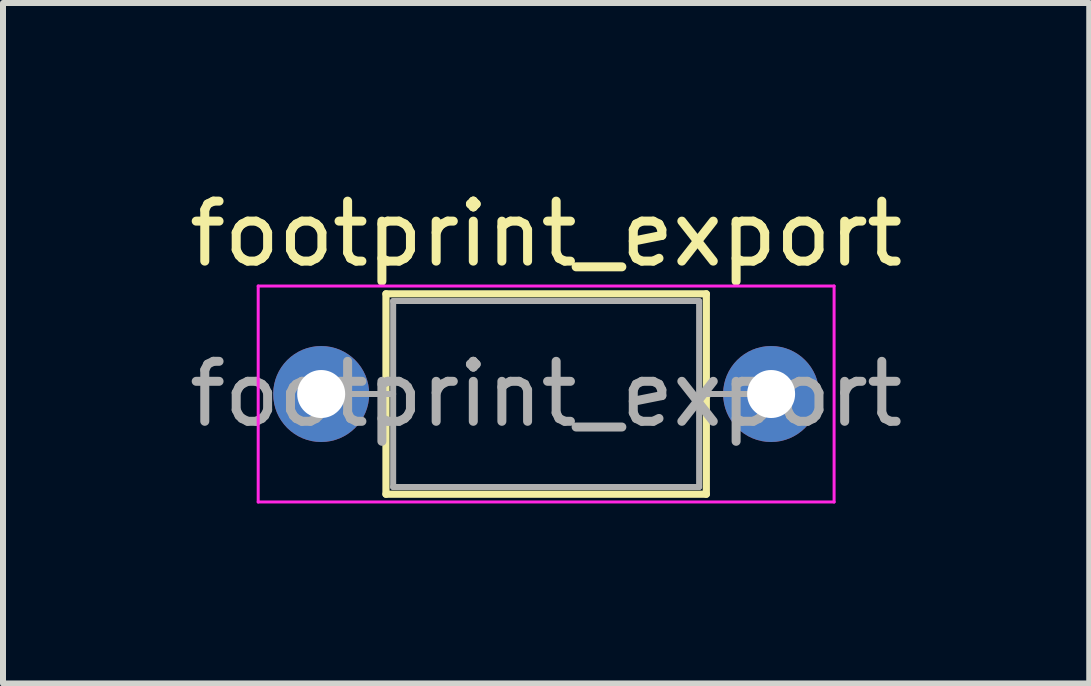
<source format=kicad_pcb>
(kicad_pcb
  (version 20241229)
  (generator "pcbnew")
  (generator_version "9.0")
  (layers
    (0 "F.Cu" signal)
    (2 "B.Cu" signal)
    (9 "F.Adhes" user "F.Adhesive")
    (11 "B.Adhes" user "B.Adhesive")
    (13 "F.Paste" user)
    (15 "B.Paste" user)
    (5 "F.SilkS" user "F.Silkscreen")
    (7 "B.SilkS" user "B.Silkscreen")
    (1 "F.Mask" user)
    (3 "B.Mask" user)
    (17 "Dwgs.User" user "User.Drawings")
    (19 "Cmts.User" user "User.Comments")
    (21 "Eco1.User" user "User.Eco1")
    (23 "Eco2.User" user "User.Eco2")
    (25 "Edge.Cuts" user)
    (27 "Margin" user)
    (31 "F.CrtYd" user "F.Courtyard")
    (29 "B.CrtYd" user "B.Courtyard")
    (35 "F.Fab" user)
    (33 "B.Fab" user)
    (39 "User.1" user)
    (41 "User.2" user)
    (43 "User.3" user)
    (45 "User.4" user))
  (footprint "footprint_export"
    (layer "F.Cu")
    (at 2.304 3.518)
    (property "Reference" "footprint_export" (at 3.75 -2.67 0) (layer "F.SilkS") (effects (font (size 1 1) (thickness 0.15))))
    (attr through_hole)
    (fp_line (start 1.04 0) (end 1.08 0) (stroke (width 0.12) (type solid)) (layer "F.SilkS"))
    (fp_line (start 1.08 -1.67) (end 1.08 1.67) (stroke (width 0.12) (type solid)) (layer "F.SilkS"))
    (fp_line (start 1.08 1.67) (end 6.42 1.67) (stroke (width 0.12) (type solid)) (layer "F.SilkS"))
    (fp_line (start 6.42 -1.67) (end 1.08 -1.67) (stroke (width 0.12) (type solid)) (layer "F.SilkS"))
    (fp_line (start 6.42 1.67) (end 6.42 -1.67) (stroke (width 0.12) (type solid)) (layer "F.SilkS"))
    (fp_line (start 6.46 0) (end 6.42 0) (stroke (width 0.12) (type solid)) (layer "F.SilkS"))
    (fp_line (start -1.05 -1.8) (end -1.05 1.8) (stroke (width 0.05) (type solid)) (layer "F.CrtYd"))
    (fp_line (start -1.05 1.8) (end 8.55 1.8) (stroke (width 0.05) (type solid)) (layer "F.CrtYd"))
    (fp_line (start 8.55 -1.8) (end -1.05 -1.8) (stroke (width 0.05) (type solid)) (layer "F.CrtYd"))
    (fp_line (start 8.55 1.8) (end 8.55 -1.8) (stroke (width 0.05) (type solid)) (layer "F.CrtYd"))
    (fp_line (start 0 0) (end 1.2 0) (stroke (width 0.1) (type solid)) (layer "F.Fab"))
    (fp_line (start 1.2 -1.55) (end 1.2 1.55) (stroke (width 0.1) (type solid)) (layer "F.Fab"))
    (fp_line (start 1.2 1.55) (end 6.3 1.55) (stroke (width 0.1) (type solid)) (layer "F.Fab"))
    (fp_line (start 6.3 -1.55) (end 1.2 -1.55) (stroke (width 0.1) (type solid)) (layer "F.Fab"))
    (fp_line (start 6.3 1.55) (end 6.3 -1.55) (stroke (width 0.1) (type solid)) (layer "F.Fab"))
    (fp_line (start 7.5 0) (end 6.3 0) (stroke (width 0.1) (type solid)) (layer "F.Fab"))
    (fp_text user "${REFERENCE}" (at 3.75 0 0) (layer "F.Fab") (effects (font (size 1 1) (thickness 0.15))))
    (pad "1" thru_hole circle (at 0 0) (size 1.6 1.6) (drill 0.8) (layers "*.Cu" "*.Mask"))
    (pad "2" thru_hole oval (at 7.5 0) (size 1.6 1.6) (drill 0.8) (layers "*.Cu" "*.Mask")))
  (gr_rect
    (start -3 -3)
    (end 15.107 8.343)
    (stroke (width 0.1) (type default))
    (fill no)
    (layer "Edge.Cuts")))
</source>
